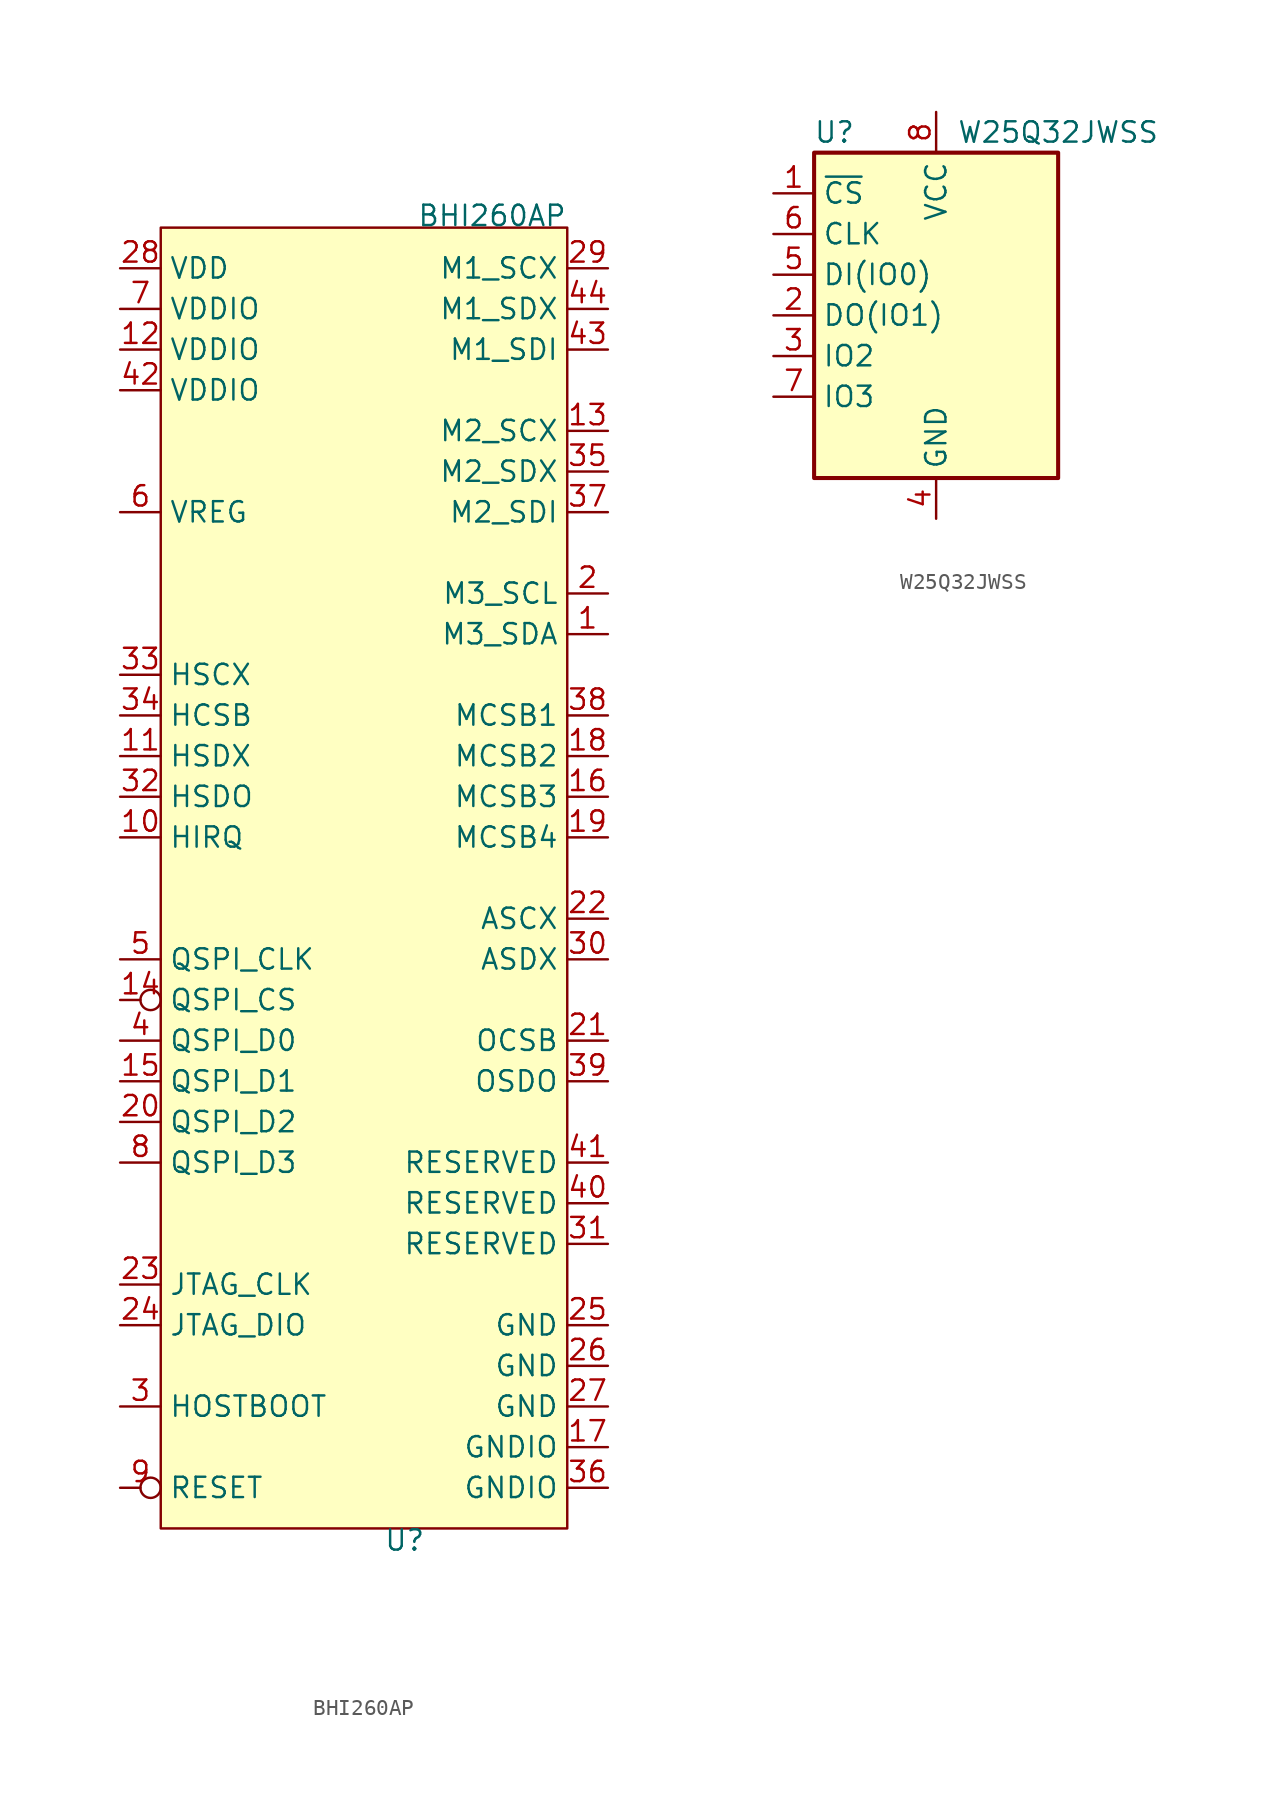
<source format=kicad_sym>
(kicad_symbol_lib
  (version 20231120)
  (generator "kicad_symbol_editor")
  (generator_version "8.0")
  (symbol "BHI260AP"
    (property "Reference" "U"
      (at 2.54 -40.64 0)
      (effects (font (size 1.27 1.27)) (justify top)))
    (property "Value" "BHI260AP"
      (at 12.7 40.64 0)
      (effects (font (size 1.27 1.27)) (justify right bottom)))
    (symbol "BHI260AP_0_0"
      (pin bidirectional line (at 15.24 15.24 180) (length 2.54) (name "M3_SDA" (effects (font (size 1.27 1.27)))) (number "1" (effects (font (size 1.27 1.27)))))
      (pin bidirectional line (at -15.24 2.54 0) (length 2.54) (name "HIRQ" (effects (font (size 1.27 1.27)))) (number "10" (effects (font (size 1.27 1.27)))))
      (pin bidirectional line (at -15.24 7.62 0) (length 2.54) (name "HSDX" (effects (font (size 1.27 1.27)))) (number "11" (effects (font (size 1.27 1.27)))))
      (pin bidirectional line (at -15.24 33.02 0) (length 2.54) (name "VDDIO" (effects (font (size 1.27 1.27)))) (number "12" (effects (font (size 1.27 1.27)))))
      (pin bidirectional line (at 15.24 27.94 180) (length 2.54) (name "M2_SCX" (effects (font (size 1.27 1.27)))) (number "13" (effects (font (size 1.27 1.27)))))
      (pin bidirectional inverted (at -15.24 -7.62 0) (length 2.54) (name "QSPI_CS" (effects (font (size 1.27 1.27)))) (number "14" (effects (font (size 1.27 1.27)))))
      (pin bidirectional line (at -15.24 -12.7 0) (length 2.54) (name "QSPI_D1" (effects (font (size 1.27 1.27)))) (number "15" (effects (font (size 1.27 1.27)))))
      (pin bidirectional line (at 15.24 5.08 180) (length 2.54) (name "MCSB3" (effects (font (size 1.27 1.27)))) (number "16" (effects (font (size 1.27 1.27)))))
      (pin bidirectional line (at 15.24 -35.56 180) (length 2.54) (name "GNDIO" (effects (font (size 1.27 1.27)))) (number "17" (effects (font (size 1.27 1.27)))))
      (pin bidirectional line (at 15.24 7.62 180) (length 2.54) (name "MCSB2" (effects (font (size 1.27 1.27)))) (number "18" (effects (font (size 1.27 1.27)))))
      (pin bidirectional line (at 15.24 2.54 180) (length 2.54) (name "MCSB4" (effects (font (size 1.27 1.27)))) (number "19" (effects (font (size 1.27 1.27)))))
      (pin bidirectional line (at 15.24 17.78 180) (length 2.54) (name "M3_SCL" (effects (font (size 1.27 1.27)))) (number "2" (effects (font (size 1.27 1.27)))))
      (pin bidirectional line (at -15.24 -15.24 0) (length 2.54) (name "QSPI_D2" (effects (font (size 1.27 1.27)))) (number "20" (effects (font (size 1.27 1.27)))))
      (pin bidirectional line (at 15.24 -10.16 180) (length 2.54) (name "OCSB" (effects (font (size 1.27 1.27)))) (number "21" (effects (font (size 1.27 1.27)))))
      (pin bidirectional line (at 15.24 -2.54 180) (length 2.54) (name "ASCX" (effects (font (size 1.27 1.27)))) (number "22" (effects (font (size 1.27 1.27)))))
      (pin bidirectional line (at -15.24 -25.4 0) (length 2.54) (name "JTAG_CLK" (effects (font (size 1.27 1.27)))) (number "23" (effects (font (size 1.27 1.27)))))
      (pin bidirectional line (at -15.24 -27.94 0) (length 2.54) (name "JTAG_DIO" (effects (font (size 1.27 1.27)))) (number "24" (effects (font (size 1.27 1.27)))))
      (pin bidirectional line (at 15.24 -27.94 180) (length 2.54) (name "GND" (effects (font (size 1.27 1.27)))) (number "25" (effects (font (size 1.27 1.27)))))
      (pin bidirectional line (at 15.24 -30.48 180) (length 2.54) (name "GND" (effects (font (size 1.27 1.27)))) (number "26" (effects (font (size 1.27 1.27)))))
      (pin bidirectional line (at 15.24 -33.02 180) (length 2.54) (name "GND" (effects (font (size 1.27 1.27)))) (number "27" (effects (font (size 1.27 1.27)))))
      (pin bidirectional line (at -15.24 38.1 0) (length 2.54) (name "VDD" (effects (font (size 1.27 1.27)))) (number "28" (effects (font (size 1.27 1.27)))))
      (pin bidirectional line (at 15.24 38.1 180) (length 2.54) (name "M1_SCX" (effects (font (size 1.27 1.27)))) (number "29" (effects (font (size 1.27 1.27)))))
      (pin bidirectional line (at -15.24 -33.02 0) (length 2.54) (name "HOSTBOOT" (effects (font (size 1.27 1.27)))) (number "3" (effects (font (size 1.27 1.27)))))
      (pin bidirectional line (at 15.24 -5.08 180) (length 2.54) (name "ASDX" (effects (font (size 1.27 1.27)))) (number "30" (effects (font (size 1.27 1.27)))))
      (pin bidirectional line (at 15.24 -22.86 180) (length 2.54) (name "RESERVED" (effects (font (size 1.27 1.27)))) (number "31" (effects (font (size 1.27 1.27)))))
      (pin bidirectional line (at -15.24 5.08 0) (length 2.54) (name "HSDO" (effects (font (size 1.27 1.27)))) (number "32" (effects (font (size 1.27 1.27)))))
      (pin bidirectional line (at -15.24 12.7 0) (length 2.54) (name "HSCX" (effects (font (size 1.27 1.27)))) (number "33" (effects (font (size 1.27 1.27)))))
      (pin bidirectional line (at -15.24 10.16 0) (length 2.54) (name "HCSB" (effects (font (size 1.27 1.27)))) (number "34" (effects (font (size 1.27 1.27)))))
      (pin bidirectional line (at 15.24 25.4 180) (length 2.54) (name "M2_SDX" (effects (font (size 1.27 1.27)))) (number "35" (effects (font (size 1.27 1.27)))))
      (pin bidirectional line (at 15.24 -38.1 180) (length 2.54) (name "GNDIO" (effects (font (size 1.27 1.27)))) (number "36" (effects (font (size 1.27 1.27)))))
      (pin bidirectional line (at 15.24 22.86 180) (length 2.54) (name "M2_SDI" (effects (font (size 1.27 1.27)))) (number "37" (effects (font (size 1.27 1.27)))))
      (pin bidirectional line (at 15.24 10.16 180) (length 2.54) (name "MCSB1" (effects (font (size 1.27 1.27)))) (number "38" (effects (font (size 1.27 1.27)))))
      (pin bidirectional line (at 15.24 -12.7 180) (length 2.54) (name "OSDO" (effects (font (size 1.27 1.27)))) (number "39" (effects (font (size 1.27 1.27)))))
      (pin bidirectional line (at -15.24 -10.16 0) (length 2.54) (name "QSPI_D0" (effects (font (size 1.27 1.27)))) (number "4" (effects (font (size 1.27 1.27)))))
      (pin bidirectional line (at 15.24 -20.32 180) (length 2.54) (name "RESERVED" (effects (font (size 1.27 1.27)))) (number "40" (effects (font (size 1.27 1.27)))))
      (pin bidirectional line (at 15.24 -17.78 180) (length 2.54) (name "RESERVED" (effects (font (size 1.27 1.27)))) (number "41" (effects (font (size 1.27 1.27)))))
      (pin bidirectional line (at -15.24 30.48 0) (length 2.54) (name "VDDIO" (effects (font (size 1.27 1.27)))) (number "42" (effects (font (size 1.27 1.27)))))
      (pin bidirectional line (at 15.24 33.02 180) (length 2.54) (name "M1_SDI" (effects (font (size 1.27 1.27)))) (number "43" (effects (font (size 1.27 1.27)))))
      (pin bidirectional line (at 15.24 35.56 180) (length 2.54) (name "M1_SDX" (effects (font (size 1.27 1.27)))) (number "44" (effects (font (size 1.27 1.27)))))
      (pin bidirectional line (at -15.24 -5.08 0) (length 2.54) (name "QSPI_CLK" (effects (font (size 1.27 1.27)))) (number "5" (effects (font (size 1.27 1.27)))))
      (pin bidirectional line (at -15.24 22.86 0) (length 2.54) (name "VREG" (effects (font (size 1.27 1.27)))) (number "6" (effects (font (size 1.27 1.27)))))
      (pin bidirectional line (at -15.24 35.56 0) (length 2.54) (name "VDDIO" (effects (font (size 1.27 1.27)))) (number "7" (effects (font (size 1.27 1.27)))))
      (pin bidirectional line (at -15.24 -17.78 0) (length 2.54) (name "QSPI_D3" (effects (font (size 1.27 1.27)))) (number "8" (effects (font (size 1.27 1.27)))))
      (pin bidirectional inverted (at -15.24 -38.1 0) (length 2.54) (name "RESET" (effects (font (size 1.27 1.27)))) (number "9" (effects (font (size 1.27 1.27))))))
    (symbol "BHI260AP_1_1"
      (rectangle (start -12.7 40.64) (end 12.7 -40.64) (stroke (width 0) (type default)) (fill (type background)))))
  (symbol "W25Q32JWSS"
    (property "Reference" "U"
      (at -6.35 11.43 0)
      (effects (font (size 1.27 1.27))))
    (property "Value" "W25Q32JWSS"
      (at 7.62 11.43 0)
      (effects (font (size 1.27 1.27))))
    (symbol "W25Q32JWSS_0_1"
      (rectangle (start -7.62 10.16) (end 7.62 -10.16) (stroke (width 0.254) (type default)) (fill (type background))))
    (symbol "W25Q32JWSS_1_1"
      (pin input line (at -10.16 7.62 0) (length 2.54) (name "~{CS}" (effects (font (size 1.27 1.27)))) (number "1" (effects (font (size 1.27 1.27)))))
      (pin bidirectional line (at -10.16 0 0) (length 2.54) (name "DO(IO1)" (effects (font (size 1.27 1.27)))) (number "2" (effects (font (size 1.27 1.27)))))
      (pin bidirectional line (at -10.16 -2.54 0) (length 2.54) (name "IO2" (effects (font (size 1.27 1.27)))) (number "3" (effects (font (size 1.27 1.27)))))
      (pin power_in line (at 0 -12.7 90) (length 2.54) (name "GND" (effects (font (size 1.27 1.27)))) (number "4" (effects (font (size 1.27 1.27)))))
      (pin bidirectional line (at -10.16 2.54 0) (length 2.54) (name "DI(IO0)" (effects (font (size 1.27 1.27)))) (number "5" (effects (font (size 1.27 1.27)))))
      (pin input line (at -10.16 5.08 0) (length 2.54) (name "CLK" (effects (font (size 1.27 1.27)))) (number "6" (effects (font (size 1.27 1.27)))))
      (pin bidirectional line (at -10.16 -5.08 0) (length 2.54) (name "IO3" (effects (font (size 1.27 1.27)))) (number "7" (effects (font (size 1.27 1.27)))))
      (pin power_in line (at 0 12.7 270) (length 2.54) (name "VCC" (effects (font (size 1.27 1.27)))) (number "8" (effects (font (size 1.27 1.27))))))))
</source>
